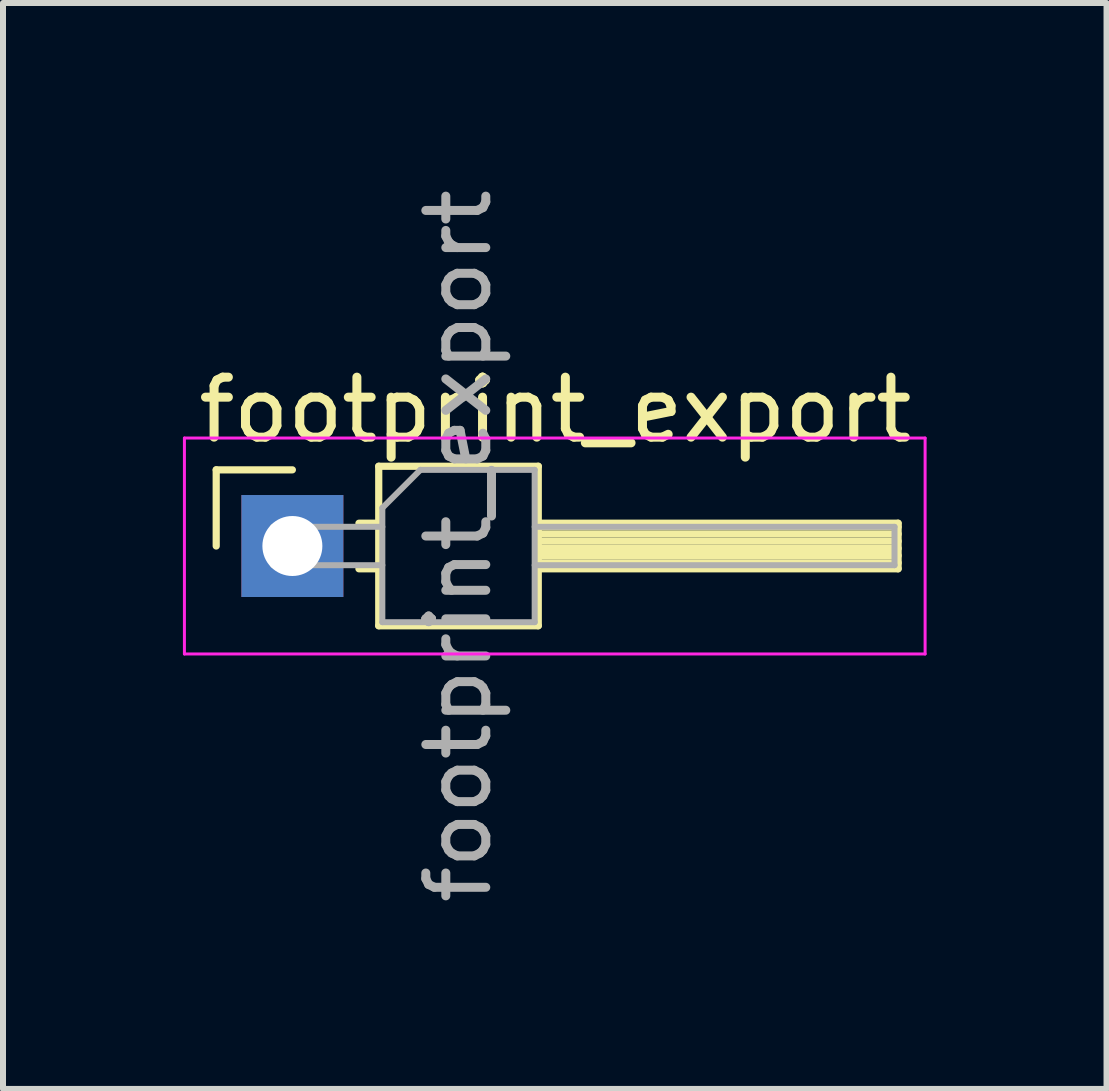
<source format=kicad_pcb>
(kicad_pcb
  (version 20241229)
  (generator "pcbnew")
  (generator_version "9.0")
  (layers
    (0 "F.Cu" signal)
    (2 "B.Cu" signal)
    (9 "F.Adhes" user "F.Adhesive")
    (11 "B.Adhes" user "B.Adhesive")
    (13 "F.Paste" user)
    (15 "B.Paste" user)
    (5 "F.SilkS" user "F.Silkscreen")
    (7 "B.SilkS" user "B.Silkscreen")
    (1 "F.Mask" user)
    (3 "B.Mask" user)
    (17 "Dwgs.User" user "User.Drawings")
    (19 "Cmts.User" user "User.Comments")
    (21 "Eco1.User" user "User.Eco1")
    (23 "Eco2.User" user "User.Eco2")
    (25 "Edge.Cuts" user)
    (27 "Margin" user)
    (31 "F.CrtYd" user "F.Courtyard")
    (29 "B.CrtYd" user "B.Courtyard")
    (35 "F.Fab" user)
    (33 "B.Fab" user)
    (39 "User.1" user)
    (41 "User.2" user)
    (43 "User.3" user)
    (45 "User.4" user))
  (footprint "footprint_export"
    (layer "F.Cu")
    (at 1.825 6.054)
    (property "Reference" "footprint_export" (at 4.385 -2.27 0) (layer "F.SilkS") (effects (font (size 1 1) (thickness 0.15))))
    (attr through_hole)
    (fp_line (start -1.27 -1.27) (end 0 -1.27) (stroke (width 0.12) (type solid)) (layer "F.SilkS"))
    (fp_line (start -1.27 0) (end -1.27 -1.27) (stroke (width 0.12) (type solid)) (layer "F.SilkS"))
    (fp_line (start 1.11 -0.38) (end 1.44 -0.38) (stroke (width 0.12) (type solid)) (layer "F.SilkS"))
    (fp_line (start 1.11 0.38) (end 1.44 0.38) (stroke (width 0.12) (type solid)) (layer "F.SilkS"))
    (fp_line (start 1.44 -1.33) (end 1.44 1.33) (stroke (width 0.12) (type solid)) (layer "F.SilkS"))
    (fp_line (start 1.44 1.33) (end 4.1 1.33) (stroke (width 0.12) (type solid)) (layer "F.SilkS"))
    (fp_line (start 4.1 -1.33) (end 1.44 -1.33) (stroke (width 0.12) (type solid)) (layer "F.SilkS"))
    (fp_line (start 4.1 -0.38) (end 10.1 -0.38) (stroke (width 0.12) (type solid)) (layer "F.SilkS"))
    (fp_line (start 4.1 -0.32) (end 10.1 -0.32) (stroke (width 0.12) (type solid)) (layer "F.SilkS"))
    (fp_line (start 4.1 -0.2) (end 10.1 -0.2) (stroke (width 0.12) (type solid)) (layer "F.SilkS"))
    (fp_line (start 4.1 -0.08) (end 10.1 -0.08) (stroke (width 0.12) (type solid)) (layer "F.SilkS"))
    (fp_line (start 4.1 0.04) (end 10.1 0.04) (stroke (width 0.12) (type solid)) (layer "F.SilkS"))
    (fp_line (start 4.1 0.16) (end 10.1 0.16) (stroke (width 0.12) (type solid)) (layer "F.SilkS"))
    (fp_line (start 4.1 0.28) (end 10.1 0.28) (stroke (width 0.12) (type solid)) (layer "F.SilkS"))
    (fp_line (start 4.1 1.33) (end 4.1 -1.33) (stroke (width 0.12) (type solid)) (layer "F.SilkS"))
    (fp_line (start 10.1 -0.38) (end 10.1 0.38) (stroke (width 0.12) (type solid)) (layer "F.SilkS"))
    (fp_line (start 10.1 0.38) (end 4.1 0.38) (stroke (width 0.12) (type solid)) (layer "F.SilkS"))
    (fp_line (start -1.8 -1.8) (end -1.8 1.8) (stroke (width 0.05) (type solid)) (layer "F.CrtYd"))
    (fp_line (start -1.8 1.8) (end 10.55 1.8) (stroke (width 0.05) (type solid)) (layer "F.CrtYd"))
    (fp_line (start 10.55 -1.8) (end -1.8 -1.8) (stroke (width 0.05) (type solid)) (layer "F.CrtYd"))
    (fp_line (start 10.55 1.8) (end 10.55 -1.8) (stroke (width 0.05) (type solid)) (layer "F.CrtYd"))
    (fp_line (start -0.32 -0.32) (end -0.32 0.32) (stroke (width 0.1) (type solid)) (layer "F.Fab"))
    (fp_line (start -0.32 -0.32) (end 1.5 -0.32) (stroke (width 0.1) (type solid)) (layer "F.Fab"))
    (fp_line (start -0.32 0.32) (end 1.5 0.32) (stroke (width 0.1) (type solid)) (layer "F.Fab"))
    (fp_line (start 1.5 -0.635) (end 2.135 -1.27) (stroke (width 0.1) (type solid)) (layer "F.Fab"))
    (fp_line (start 1.5 1.27) (end 1.5 -0.635) (stroke (width 0.1) (type solid)) (layer "F.Fab"))
    (fp_line (start 2.135 -1.27) (end 4.04 -1.27) (stroke (width 0.1) (type solid)) (layer "F.Fab"))
    (fp_line (start 4.04 -1.27) (end 4.04 1.27) (stroke (width 0.1) (type solid)) (layer "F.Fab"))
    (fp_line (start 4.04 -0.32) (end 10.04 -0.32) (stroke (width 0.1) (type solid)) (layer "F.Fab"))
    (fp_line (start 4.04 0.32) (end 10.04 0.32) (stroke (width 0.1) (type solid)) (layer "F.Fab"))
    (fp_line (start 4.04 1.27) (end 1.5 1.27) (stroke (width 0.1) (type solid)) (layer "F.Fab"))
    (fp_line (start 10.04 -0.32) (end 10.04 0.32) (stroke (width 0.1) (type solid)) (layer "F.Fab"))
    (fp_text user "${REFERENCE}" (at 2.77 0 90) (layer "F.Fab") (effects (font (size 1 1) (thickness 0.15))))
    (pad "1" thru_hole rect (at 0 0) (size 1.7 1.7) (drill 1) (layers "*.Cu" "*.Mask")))
  (gr_rect
    (start -3 -3)
    (end 15.4 15.107)
    (stroke (width 0.1) (type default))
    (fill no)
    (layer "Edge.Cuts")))
</source>
